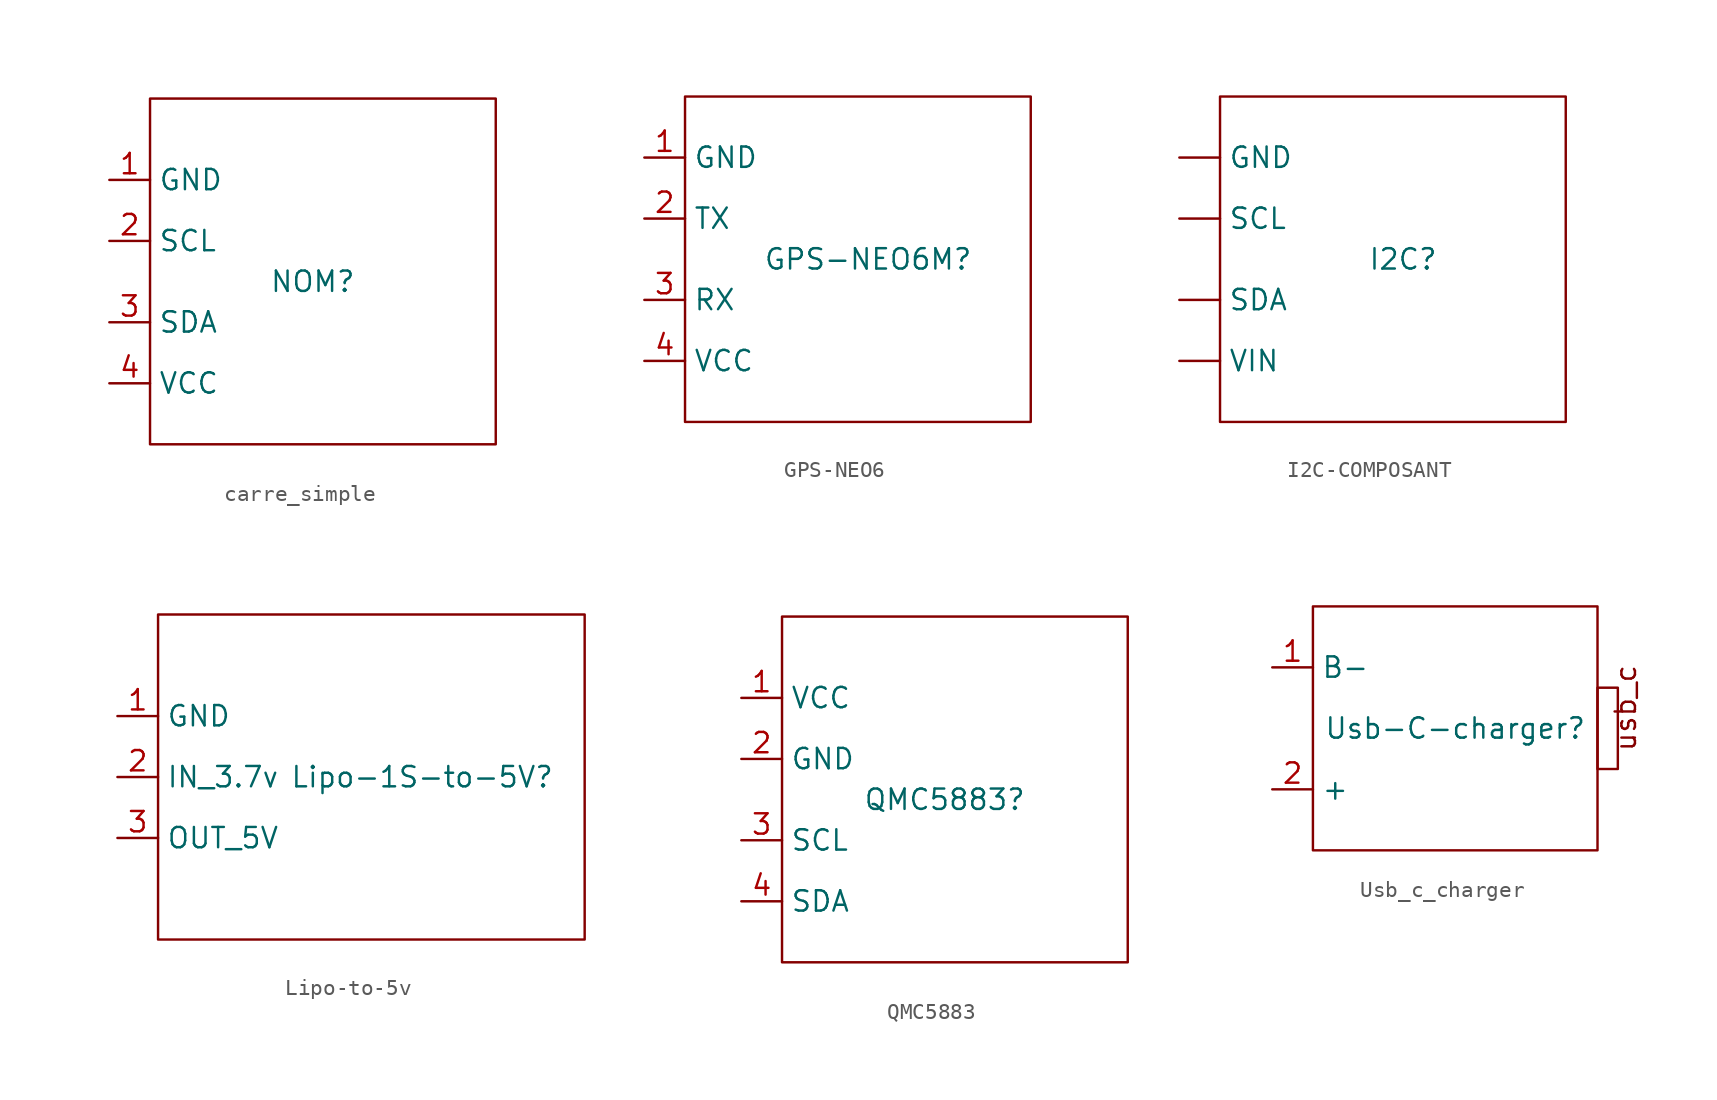
<source format=kicad_sym>
(kicad_symbol_lib
  (version 20220914)
  (generator kicad_symbol_editor)
  (symbol "carre_simple"
    (property "Reference" "NOM"
      (at 5.08 0 0)
      (effects (font (size 1.27 1.27))))
    (property "Value" ""
      (at 0 0 0)
      (effects (font (size 1.27 1.27))))
    (symbol "carre_simple_0_1"
      (rectangle (start -5.08 11.43) (end 16.51 -10.16) (stroke (width 0) (type default)) (fill (type none))))
    (symbol "carre_simple_1_1"
      (pin input line (at -7.62 6.35 0) (length 2.54) (name "GND" (effects (font (size 1.27 1.27)))) (number "1" (effects (font (size 1.27 1.27)))))
      (pin input line (at -7.62 2.54 0) (length 2.54) (name "SCL" (effects (font (size 1.27 1.27)))) (number "2" (effects (font (size 1.27 1.27)))))
      (pin input line (at -7.62 -2.54 0) (length 2.54) (name "SDA" (effects (font (size 1.27 1.27)))) (number "3" (effects (font (size 1.27 1.27)))))
      (pin input line (at -7.62 -6.35 0) (length 2.54) (name "VCC" (effects (font (size 1.27 1.27)))) (number "4" (effects (font (size 1.27 1.27)))))))
  (symbol "GPS-NEO6"
    (property "Reference" "GPS-NEO6M"
      (at 0 0 0)
      (effects (font (size 1.27 1.27))))
    (property "Value" ""
      (at 0 0 0)
      (effects (font (size 1.27 1.27))))
    (symbol "GPS-NEO6_0_1"
      (rectangle (start -11.43 10.16) (end 10.16 -10.16) (stroke (width 0) (type default)) (fill (type none))))
    (symbol "GPS-NEO6_1_1"
      (pin input line (at -13.97 6.35 0) (length 2.54) (name "GND" (effects (font (size 1.27 1.27)))) (number "1" (effects (font (size 1.27 1.27)))))
      (pin input line (at -13.97 2.54 0) (length 2.54) (name "TX" (effects (font (size 1.27 1.27)))) (number "2" (effects (font (size 1.27 1.27)))))
      (pin input line (at -13.97 -2.54 0) (length 2.54) (name "RX" (effects (font (size 1.27 1.27)))) (number "3" (effects (font (size 1.27 1.27)))))
      (pin input line (at -13.97 -6.35 0) (length 2.54) (name "VCC" (effects (font (size 1.27 1.27)))) (number "4" (effects (font (size 1.27 1.27)))))))
  (symbol "I2C-COMPOSANT"
    (property "Reference" "I2C"
      (at 0 0 0)
      (effects (font (size 1.27 1.27))))
    (property "Value" ""
      (at 0 0 0)
      (effects (font (size 1.27 1.27))))
    (symbol "I2C-COMPOSANT_0_1"
      (rectangle (start -11.43 10.16) (end 10.16 -10.16) (stroke (width 0) (type default)) (fill (type none))))
    (symbol "I2C-COMPOSANT_1_1"
      (pin input line (at -13.97 6.35 0) (length 2.54) (name "GND" (effects (font (size 1.27 1.27)))) (number "" (effects (font (size 1.27 1.27)))))
      (pin input line (at -13.97 2.54 0) (length 2.54) (name "SCL" (effects (font (size 1.27 1.27)))) (number "" (effects (font (size 1.27 1.27)))))
      (pin input line (at -13.97 -2.54 0) (length 2.54) (name "SDA" (effects (font (size 1.27 1.27)))) (number "" (effects (font (size 1.27 1.27)))))
      (pin input line (at -13.97 -6.35 0) (length 2.54) (name "VIN" (effects (font (size 1.27 1.27)))) (number "" (effects (font (size 1.27 1.27)))))))
  (symbol "Lipo-to-5v"
    (property "Reference" "Lipo-1S-to-5V"
      (at 5.08 0 0)
      (effects (font (size 1.27 1.27))))
    (property "Value" ""
      (at 0 0 0)
      (effects (font (size 1.27 1.27))))
    (symbol "Lipo-to-5v_0_1"
      (rectangle (start -11.43 10.16) (end 15.24 -10.16) (stroke (width 0) (type default)) (fill (type none))))
    (symbol "Lipo-to-5v_1_1"
      (pin input line (at -13.97 3.81 0) (length 2.54) (name "GND" (effects (font (size 1.27 1.27)))) (number "1" (effects (font (size 1.27 1.27)))))
      (pin input line (at -13.97 0 0) (length 2.54) (name "IN_3.7v" (effects (font (size 1.27 1.27)))) (number "2" (effects (font (size 1.27 1.27)))))
      (pin input line (at -13.97 -3.81 0) (length 2.54) (name "OUT_5V" (effects (font (size 1.27 1.27)))) (number "3" (effects (font (size 1.27 1.27)))))))
  (symbol "QMC5883"
    (property "Reference" "QMC5883"
      (at 5.08 0 0)
      (effects (font (size 1.27 1.27))))
    (property "Value" ""
      (at 0 0 0)
      (effects (font (size 1.27 1.27))))
    (symbol "QMC5883_0_1"
      (rectangle (start -5.08 11.43) (end 16.51 -10.16) (stroke (width 0) (type default)) (fill (type none))))
    (symbol "QMC5883_1_1"
      (pin input line (at -7.62 6.35 0) (length 2.54) (name "VCC" (effects (font (size 1.27 1.27)))) (number "1" (effects (font (size 1.27 1.27)))))
      (pin input line (at -7.62 2.54 0) (length 2.54) (name "GND" (effects (font (size 1.27 1.27)))) (number "2" (effects (font (size 1.27 1.27)))))
      (pin input line (at -7.62 -2.54 0) (length 2.54) (name "SCL" (effects (font (size 1.27 1.27)))) (number "3" (effects (font (size 1.27 1.27)))))
      (pin input line (at -7.62 -6.35 0) (length 2.54) (name "SDA" (effects (font (size 1.27 1.27)))) (number "4" (effects (font (size 1.27 1.27)))))))
  (symbol "Usb_c_charger"
    (property "Reference" "Usb-C-charger"
      (at 0 0 0)
      (effects (font (size 1.27 1.27))))
    (property "Value" ""
      (at 2.54 2.54 0)
      (effects (font (size 1.27 1.27))))
    (symbol "Usb_c_charger_0_1"
      (rectangle (start -8.89 7.62) (end 8.89 -7.62) (stroke (width 0) (type default)) (fill (type none))))
    (symbol "Usb_c_charger_1_1"
      (text_box "usb_c\n" (at 8.89 2.54 90) (size 1.27 -5.08) (stroke (width 0) (type default)) (fill (type none)) (effects (font (size 1.27 1.27)) (justify left top)))
      (pin input line (at -11.43 3.81 0) (length 2.54) (name "B-" (effects (font (size 1.27 1.27)))) (number "1" (effects (font (size 1.27 1.27)))))
      (pin input line (at -11.43 -3.81 0) (length 2.54) (name "+" (effects (font (size 1.27 1.27)))) (number "2" (effects (font (size 1.27 1.27))))))))
</source>
